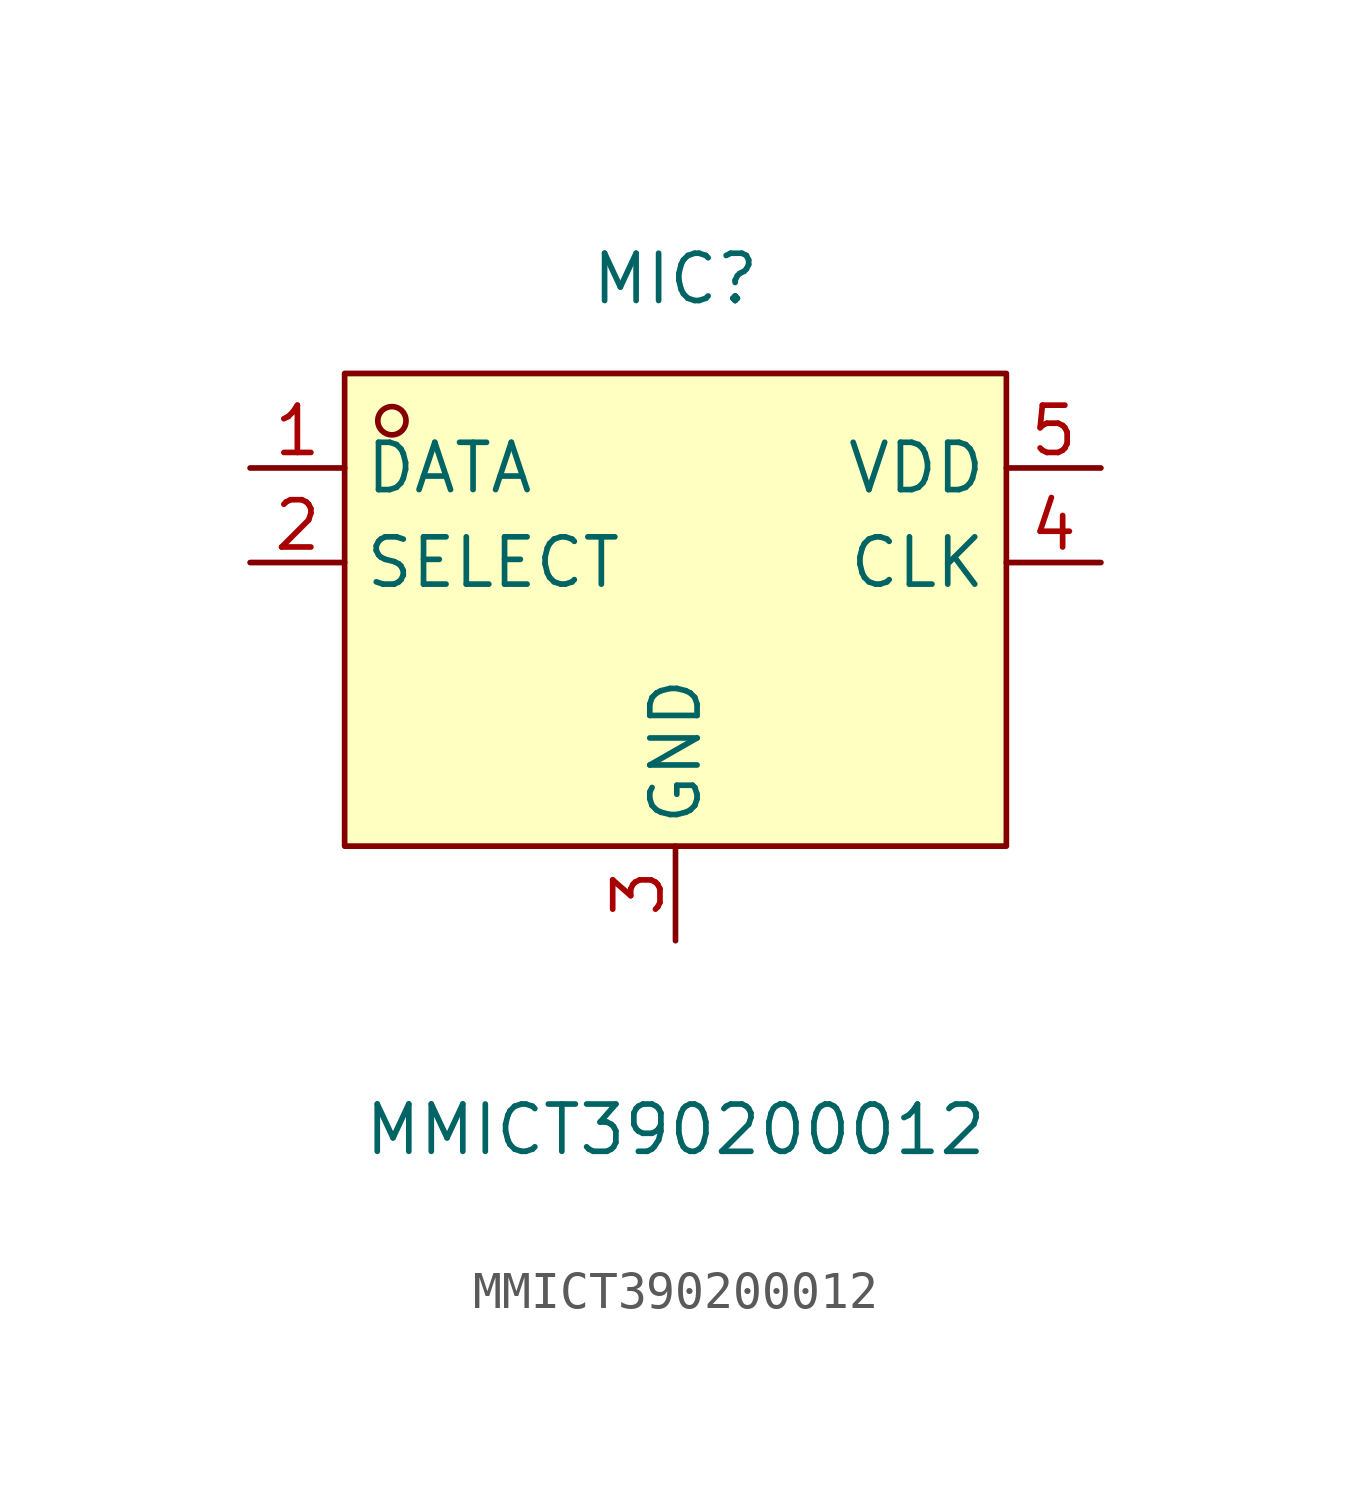
<source format=kicad_sym>
(kicad_symbol_lib
  (version 20211014)
  (generator https://github.com/uPesy/easyeda2kicad.py)
  (symbol "MMICT390200012"
    (property "Reference" "MIC"
      (at 0 10.16 0)
      (effects (font (size 1.27 1.27))))
    (property "Value" "MMICT390200012"
      (at 0 -12.70 0)
      (effects (font (size 1.27 1.27))))
    (symbol "MMICT390200012_0_1"
      (rectangle (start -8.89 7.62) (end 8.89 -5.08) (stroke (width 0) (type default) (color 0 0 0 0)) (fill (type background)))
      (circle (center -7.62 6.35) (radius 0.38) (stroke (width 0) (type default) (color 0 0 0 0)) (fill (type none)))
      (pin unspecified line (at -11.43 5.08 0) (length 2.54) (name "DATA" (effects (font (size 1.27 1.27)))) (number "1" (effects (font (size 1.27 1.27)))))
      (pin unspecified line (at -11.43 2.54 0) (length 2.54) (name "SELECT" (effects (font (size 1.27 1.27)))) (number "2" (effects (font (size 1.27 1.27)))))
      (pin unspecified line (at 11.43 2.54 180) (length 2.54) (name "CLK" (effects (font (size 1.27 1.27)))) (number "4" (effects (font (size 1.27 1.27)))))
      (pin unspecified line (at 11.43 5.08 180) (length 2.54) (name "VDD" (effects (font (size 1.27 1.27)))) (number "5" (effects (font (size 1.27 1.27)))))
      (pin unspecified line (at 0.00 -7.62 90) (length 2.54) (name "GND" (effects (font (size 1.27 1.27)))) (number "3" (effects (font (size 1.27 1.27))))))))
</source>
